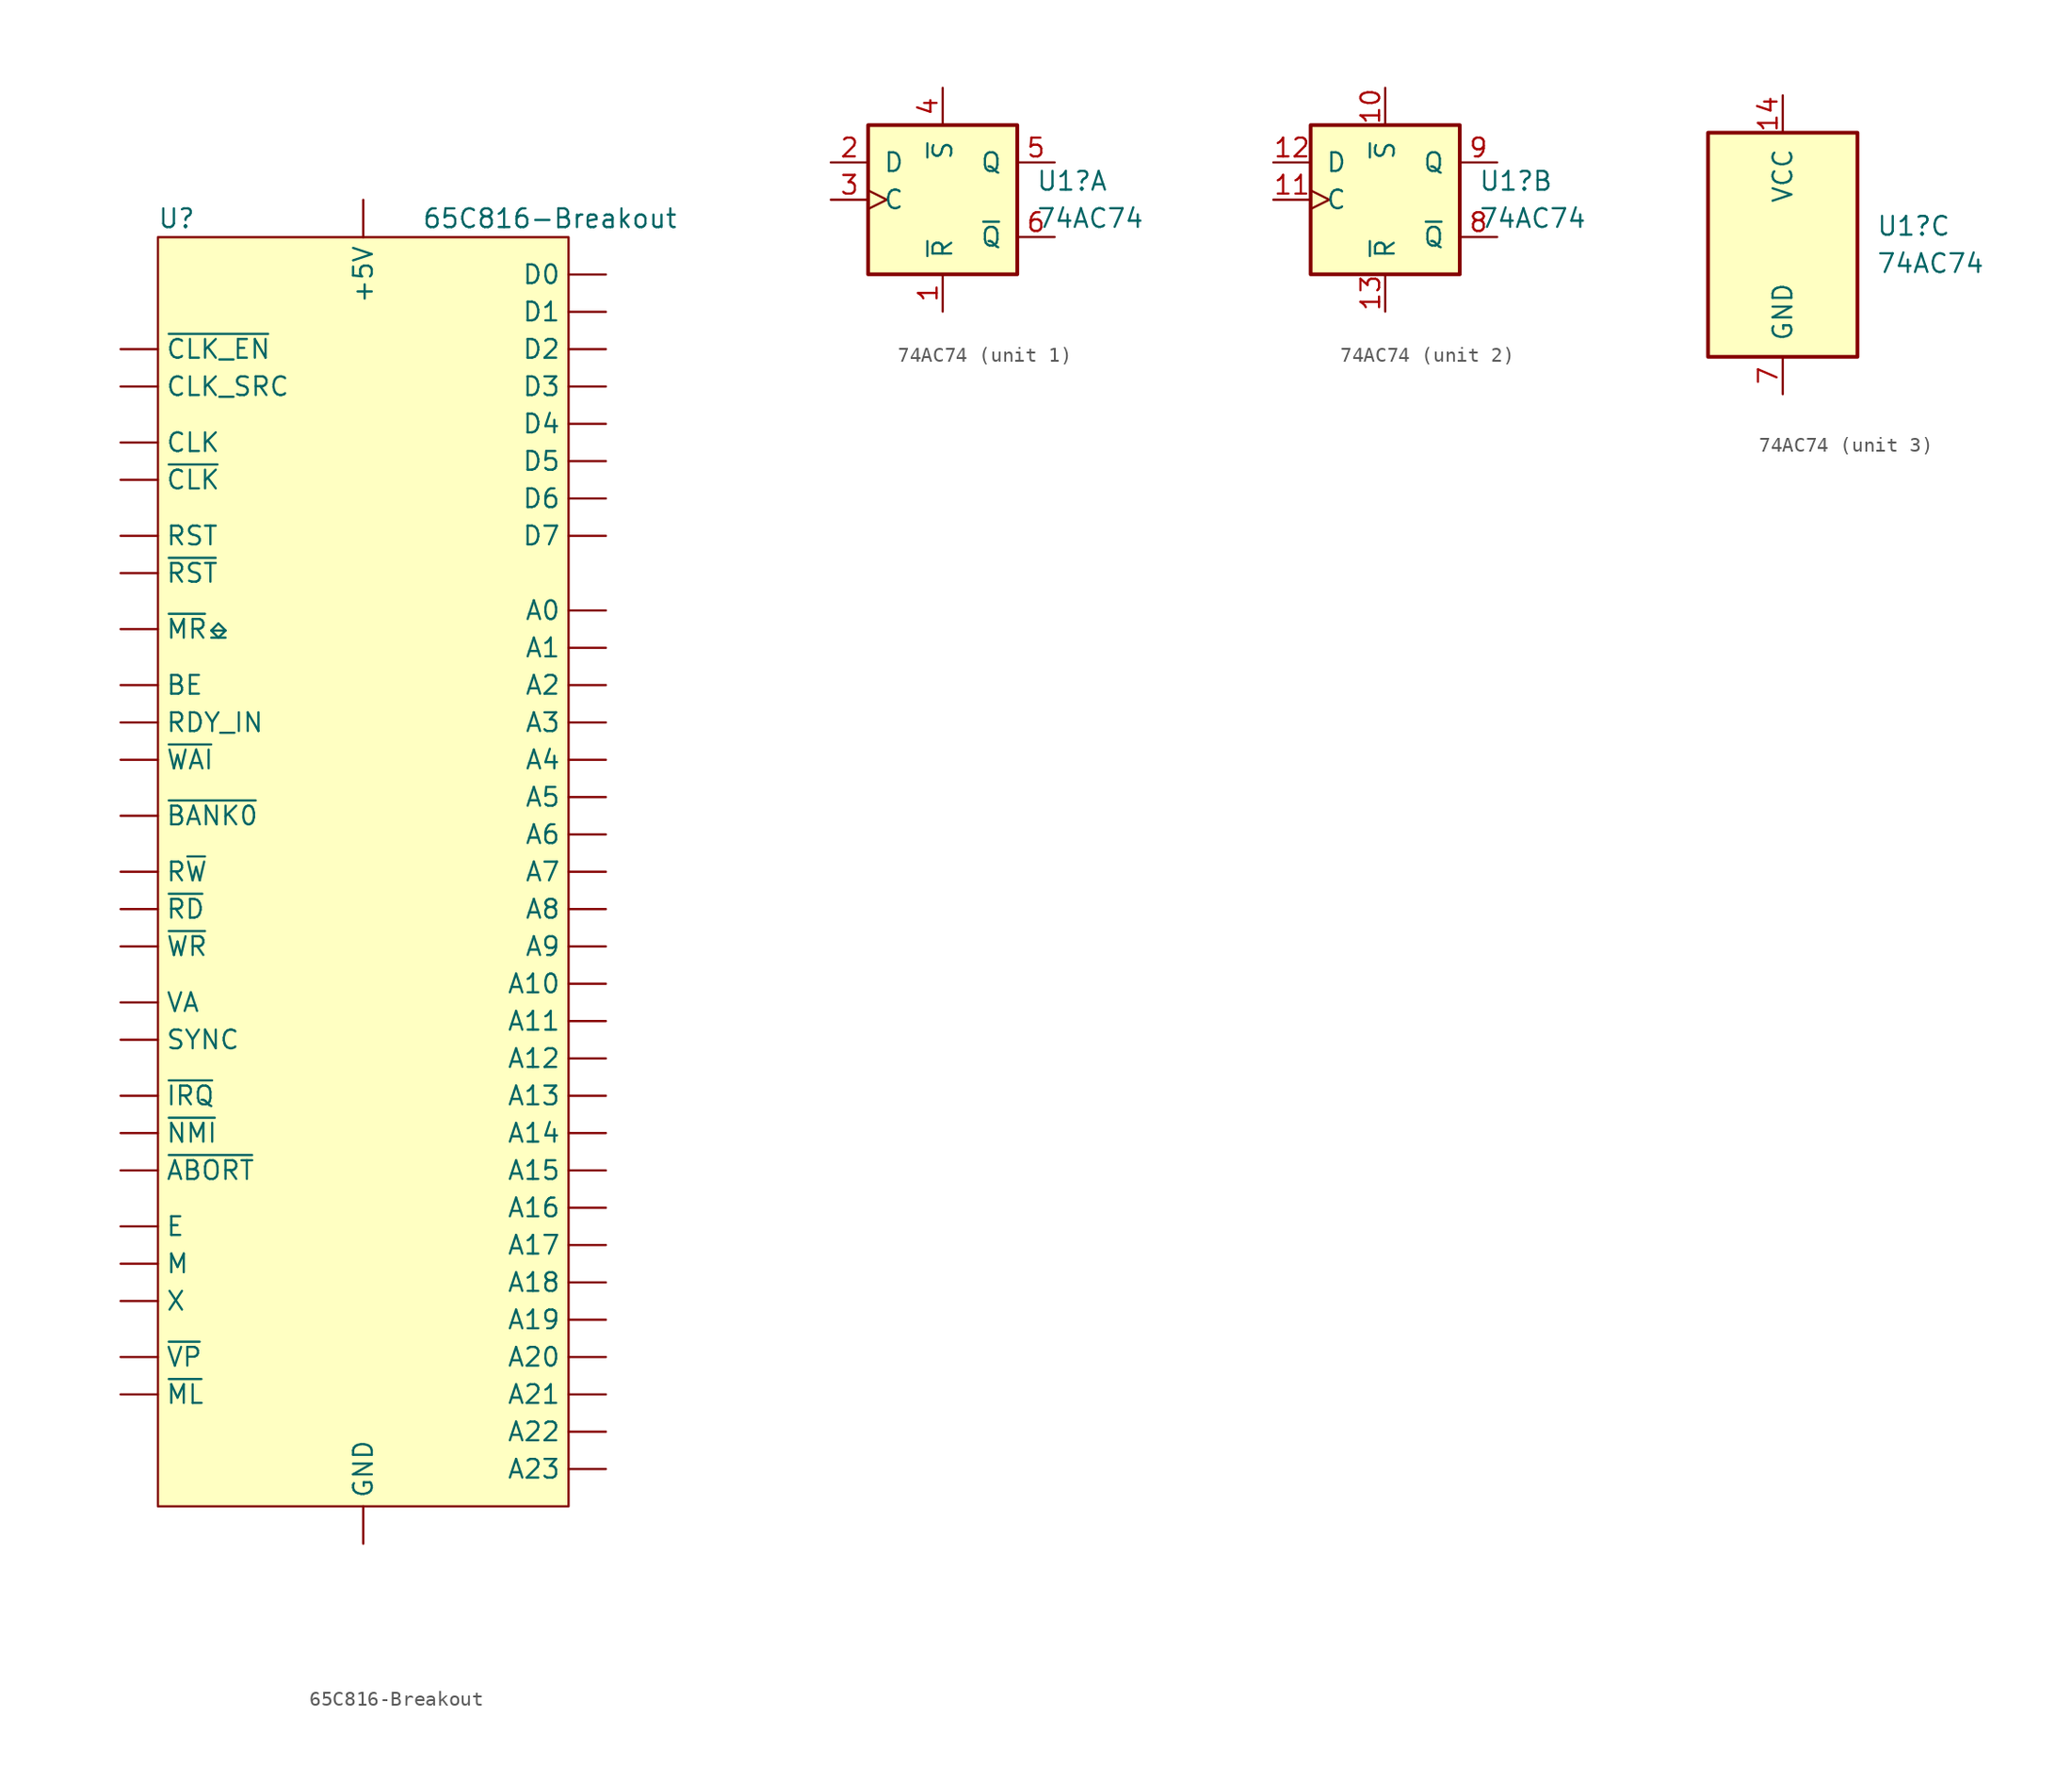
<source format=kicad_sym>
(kicad_symbol_lib
  (version 20241209)
  (generator "kicad_symbol_editor")
  (generator_version "9.0")
  (symbol "65C816-Breakout"
    (property "Reference" "U"
      (at -12.7 44.45 0)
      (effects (font (size 1.27 1.27))))
    (property "Value" "65C816-Breakout"
      (at 12.7 44.45 0)
      (effects (font (size 1.27 1.27))))
    (symbol "65C816-Breakout_0_1"
      (rectangle (start -13.97 43.18) (end 13.97 -43.18) (stroke (width 0) (type default)) (fill (type background))))
    (symbol "65C816-Breakout_1_1"
      (pin input line (at -16.51 35.56 0) (length 2.54) (name "~{CLK_EN}" (effects (font (size 1.27 1.27)))) (number "" (effects (font (size 1.27 1.27)))))
      (pin bidirectional line (at -16.51 33.02 0) (length 2.54) (name "CLK_SRC" (effects (font (size 1.27 1.27)))) (number "" (effects (font (size 1.27 1.27)))))
      (pin output line (at -16.51 29.21 0) (length 2.54) (name "CLK" (effects (font (size 1.27 1.27)))) (number "" (effects (font (size 1.27 1.27)))))
      (pin output line (at -16.51 26.67 0) (length 2.54) (name "~{CLK}" (effects (font (size 1.27 1.27)))) (number "" (effects (font (size 1.27 1.27)))))
      (pin output line (at -16.51 22.86 0) (length 2.54) (name "RST" (effects (font (size 1.27 1.27)))) (number "" (effects (font (size 1.27 1.27)))))
      (pin output line (at -16.51 20.32 0) (length 2.54) (name "~{RST}" (effects (font (size 1.27 1.27)))) (number "" (effects (font (size 1.27 1.27)))))
      (pin open_collector line (at -16.51 16.51 0) (length 2.54) (name "~{MR}⎒" (effects (font (size 1.27 1.27)))) (number "" (effects (font (size 1.27 1.27)))))
      (pin input line (at -16.51 12.7 0) (length 2.54) (name "BE" (effects (font (size 1.27 1.27)))) (number "" (effects (font (size 1.27 1.27)))))
      (pin input line (at -16.51 10.16 0) (length 2.54) (name "RDY_IN" (effects (font (size 1.27 1.27)))) (number "" (effects (font (size 1.27 1.27)))))
      (pin output line (at -16.51 7.62 0) (length 2.54) (name "~{WAI}" (effects (font (size 1.27 1.27)))) (number "" (effects (font (size 1.27 1.27)))))
      (pin output line (at -16.51 3.81 0) (length 2.54) (name "~{BANK0}" (effects (font (size 1.27 1.27)))) (number "" (effects (font (size 1.27 1.27)))))
      (pin bidirectional line (at -16.51 0 0) (length 2.54) (name "R~{W}" (effects (font (size 1.27 1.27)))) (number "" (effects (font (size 1.27 1.27)))))
      (pin tri_state line (at -16.51 -2.54 0) (length 2.54) (name "~{RD}" (effects (font (size 1.27 1.27)))) (number "" (effects (font (size 1.27 1.27)))))
      (pin tri_state line (at -16.51 -5.08 0) (length 2.54) (name "~{WR}" (effects (font (size 1.27 1.27)))) (number "" (effects (font (size 1.27 1.27)))))
      (pin tri_state line (at -16.51 -8.89 0) (length 2.54) (name "VA" (effects (font (size 1.27 1.27)))) (number "" (effects (font (size 1.27 1.27)))))
      (pin output line (at -16.51 -11.43 0) (length 2.54) (name "SYNC" (effects (font (size 1.27 1.27)))) (number "" (effects (font (size 1.27 1.27)))))
      (pin input line (at -16.51 -15.24 0) (length 2.54) (name "~{IRQ}" (effects (font (size 1.27 1.27)))) (number "" (effects (font (size 1.27 1.27)))))
      (pin input line (at -16.51 -17.78 0) (length 2.54) (name "~{NMI}" (effects (font (size 1.27 1.27)))) (number "" (effects (font (size 1.27 1.27)))))
      (pin input line (at -16.51 -20.32 0) (length 2.54) (name "~{ABORT}" (effects (font (size 1.27 1.27)))) (number "" (effects (font (size 1.27 1.27)))))
      (pin output line (at -16.51 -24.13 0) (length 2.54) (name "E" (effects (font (size 1.27 1.27)))) (number "" (effects (font (size 1.27 1.27)))))
      (pin output line (at -16.51 -26.67 0) (length 2.54) (name "M" (effects (font (size 1.27 1.27)))) (number "" (effects (font (size 1.27 1.27)))))
      (pin output line (at -16.51 -29.21 0) (length 2.54) (name "X" (effects (font (size 1.27 1.27)))) (number "" (effects (font (size 1.27 1.27)))))
      (pin output line (at -16.51 -33.02 0) (length 2.54) (name "~{VP}" (effects (font (size 1.27 1.27)))) (number "" (effects (font (size 1.27 1.27)))))
      (pin output line (at -16.51 -35.56 0) (length 2.54) (name "~{ML}" (effects (font (size 1.27 1.27)))) (number "" (effects (font (size 1.27 1.27)))))
      (pin power_out line (at 0 45.72 270) (length 2.54) (name "+5V" (effects (font (size 1.27 1.27)))) (number "" (effects (font (size 1.27 1.27)))))
      (pin power_out line (at 0 -45.72 90) (length 2.54) (name "GND" (effects (font (size 1.27 1.27)))) (number "" (effects (font (size 1.27 1.27)))))
      (pin bidirectional line (at 16.51 40.64 180) (length 2.54) (name "D0" (effects (font (size 1.27 1.27)))) (number "" (effects (font (size 1.27 1.27)))))
      (pin bidirectional line (at 16.51 38.1 180) (length 2.54) (name "D1" (effects (font (size 1.27 1.27)))) (number "" (effects (font (size 1.27 1.27)))))
      (pin bidirectional line (at 16.51 35.56 180) (length 2.54) (name "D2" (effects (font (size 1.27 1.27)))) (number "" (effects (font (size 1.27 1.27)))))
      (pin bidirectional line (at 16.51 33.02 180) (length 2.54) (name "D3" (effects (font (size 1.27 1.27)))) (number "" (effects (font (size 1.27 1.27)))))
      (pin bidirectional line (at 16.51 30.48 180) (length 2.54) (name "D4" (effects (font (size 1.27 1.27)))) (number "" (effects (font (size 1.27 1.27)))))
      (pin bidirectional line (at 16.51 27.94 180) (length 2.54) (name "D5" (effects (font (size 1.27 1.27)))) (number "" (effects (font (size 1.27 1.27)))))
      (pin bidirectional line (at 16.51 25.4 180) (length 2.54) (name "D6" (effects (font (size 1.27 1.27)))) (number "" (effects (font (size 1.27 1.27)))))
      (pin bidirectional line (at 16.51 22.86 180) (length 2.54) (name "D7" (effects (font (size 1.27 1.27)))) (number "" (effects (font (size 1.27 1.27)))))
      (pin tri_state line (at 16.51 17.78 180) (length 2.54) (name "A0" (effects (font (size 1.27 1.27)))) (number "" (effects (font (size 1.27 1.27)))))
      (pin tri_state line (at 16.51 15.24 180) (length 2.54) (name "A1" (effects (font (size 1.27 1.27)))) (number "" (effects (font (size 1.27 1.27)))))
      (pin tri_state line (at 16.51 12.7 180) (length 2.54) (name "A2" (effects (font (size 1.27 1.27)))) (number "" (effects (font (size 1.27 1.27)))))
      (pin tri_state line (at 16.51 10.16 180) (length 2.54) (name "A3" (effects (font (size 1.27 1.27)))) (number "" (effects (font (size 1.27 1.27)))))
      (pin tri_state line (at 16.51 7.62 180) (length 2.54) (name "A4" (effects (font (size 1.27 1.27)))) (number "" (effects (font (size 1.27 1.27)))))
      (pin tri_state line (at 16.51 5.08 180) (length 2.54) (name "A5" (effects (font (size 1.27 1.27)))) (number "" (effects (font (size 1.27 1.27)))))
      (pin tri_state line (at 16.51 2.54 180) (length 2.54) (name "A6" (effects (font (size 1.27 1.27)))) (number "" (effects (font (size 1.27 1.27)))))
      (pin tri_state line (at 16.51 0 180) (length 2.54) (name "A7" (effects (font (size 1.27 1.27)))) (number "" (effects (font (size 1.27 1.27)))))
      (pin tri_state line (at 16.51 -2.54 180) (length 2.54) (name "A8" (effects (font (size 1.27 1.27)))) (number "" (effects (font (size 1.27 1.27)))))
      (pin tri_state line (at 16.51 -5.08 180) (length 2.54) (name "A9" (effects (font (size 1.27 1.27)))) (number "" (effects (font (size 1.27 1.27)))))
      (pin tri_state line (at 16.51 -7.62 180) (length 2.54) (name "A10" (effects (font (size 1.27 1.27)))) (number "" (effects (font (size 1.27 1.27)))))
      (pin tri_state line (at 16.51 -10.16 180) (length 2.54) (name "A11" (effects (font (size 1.27 1.27)))) (number "" (effects (font (size 1.27 1.27)))))
      (pin tri_state line (at 16.51 -12.7 180) (length 2.54) (name "A12" (effects (font (size 1.27 1.27)))) (number "" (effects (font (size 1.27 1.27)))))
      (pin tri_state line (at 16.51 -15.24 180) (length 2.54) (name "A13" (effects (font (size 1.27 1.27)))) (number "" (effects (font (size 1.27 1.27)))))
      (pin tri_state line (at 16.51 -17.78 180) (length 2.54) (name "A14" (effects (font (size 1.27 1.27)))) (number "" (effects (font (size 1.27 1.27)))))
      (pin tri_state line (at 16.51 -20.32 180) (length 2.54) (name "A15" (effects (font (size 1.27 1.27)))) (number "" (effects (font (size 1.27 1.27)))))
      (pin bidirectional line (at 16.51 -22.86 180) (length 2.54) (name "A16" (effects (font (size 1.27 1.27)))) (number "" (effects (font (size 1.27 1.27)))))
      (pin bidirectional line (at 16.51 -25.4 180) (length 2.54) (name "A17" (effects (font (size 1.27 1.27)))) (number "" (effects (font (size 1.27 1.27)))))
      (pin bidirectional line (at 16.51 -27.94 180) (length 2.54) (name "A18" (effects (font (size 1.27 1.27)))) (number "" (effects (font (size 1.27 1.27)))))
      (pin bidirectional line (at 16.51 -30.48 180) (length 2.54) (name "A19" (effects (font (size 1.27 1.27)))) (number "" (effects (font (size 1.27 1.27)))))
      (pin bidirectional line (at 16.51 -33.02 180) (length 2.54) (name "A20" (effects (font (size 1.27 1.27)))) (number "" (effects (font (size 1.27 1.27)))))
      (pin bidirectional line (at 16.51 -35.56 180) (length 2.54) (name "A21" (effects (font (size 1.27 1.27)))) (number "" (effects (font (size 1.27 1.27)))))
      (pin bidirectional line (at 16.51 -38.1 180) (length 2.54) (name "A22" (effects (font (size 1.27 1.27)))) (number "" (effects (font (size 1.27 1.27)))))
      (pin bidirectional line (at 16.51 -40.64 180) (length 2.54) (name "A23" (effects (font (size 1.27 1.27)))) (number "" (effects (font (size 1.27 1.27)))))))
  (symbol "74AC74"
    (pin_names
      (offset 1.016))
    (property "Reference" "U1"
      (at 6.35 1.27 0)
      (effects (font (size 1.27 1.27)) (justify left)))
    (property "Value" "74AC74"
      (at 6.35 -1.27 0)
      (effects (font (size 1.27 1.27)) (justify left)))
    (property "ki_locked" ""
      (at 0 0 0)
      (effects (font (size 1.27 1.27))))
    (symbol "74AC74_1_0"
      (pin input line (at -7.62 2.54 0) (length 2.54) (name "D" (effects (font (size 1.27 1.27)))) (number "2" (effects (font (size 1.27 1.27)))))
      (pin input clock (at -7.62 0 0) (length 2.54) (name "C" (effects (font (size 1.27 1.27)))) (number "3" (effects (font (size 1.27 1.27)))))
      (pin input line (at 0 7.62 270) (length 2.54) (name "~{S}" (effects (font (size 1.27 1.27)))) (number "4" (effects (font (size 1.27 1.27)))))
      (pin input line (at 0 -7.62 90) (length 2.54) (name "~{R}" (effects (font (size 1.27 1.27)))) (number "1" (effects (font (size 1.27 1.27)))))
      (pin output line (at 7.62 2.54 180) (length 2.54) (name "Q" (effects (font (size 1.27 1.27)))) (number "5" (effects (font (size 1.27 1.27)))))
      (pin output line (at 7.62 -2.54 180) (length 2.54) (name "~{Q}" (effects (font (size 1.27 1.27)))) (number "6" (effects (font (size 1.27 1.27))))))
    (symbol "74AC74_1_1"
      (rectangle (start -5.08 5.08) (end 5.08 -5.08) (stroke (width 0.254) (type default)) (fill (type background))))
    (symbol "74AC74_2_0"
      (pin input line (at -7.62 2.54 0) (length 2.54) (name "D" (effects (font (size 1.27 1.27)))) (number "12" (effects (font (size 1.27 1.27)))))
      (pin input clock (at -7.62 0 0) (length 2.54) (name "C" (effects (font (size 1.27 1.27)))) (number "11" (effects (font (size 1.27 1.27)))))
      (pin input line (at 0 7.62 270) (length 2.54) (name "~{S}" (effects (font (size 1.27 1.27)))) (number "10" (effects (font (size 1.27 1.27)))))
      (pin input line (at 0 -7.62 90) (length 2.54) (name "~{R}" (effects (font (size 1.27 1.27)))) (number "13" (effects (font (size 1.27 1.27)))))
      (pin output line (at 7.62 2.54 180) (length 2.54) (name "Q" (effects (font (size 1.27 1.27)))) (number "9" (effects (font (size 1.27 1.27)))))
      (pin output line (at 7.62 -2.54 180) (length 2.54) (name "~{Q}" (effects (font (size 1.27 1.27)))) (number "8" (effects (font (size 1.27 1.27))))))
    (symbol "74AC74_2_1"
      (rectangle (start -5.08 5.08) (end 5.08 -5.08) (stroke (width 0.254) (type default)) (fill (type background))))
    (symbol "74AC74_3_0"
      (pin power_in line (at 0 10.16 270) (length 2.54) (name "VCC" (effects (font (size 1.27 1.27)))) (number "14" (effects (font (size 1.27 1.27)))))
      (pin power_in line (at 0 -10.16 90) (length 2.54) (name "GND" (effects (font (size 1.27 1.27)))) (number "7" (effects (font (size 1.27 1.27))))))
    (symbol "74AC74_3_1"
      (rectangle (start -5.08 7.62) (end 5.08 -7.62) (stroke (width 0.254) (type default)) (fill (type background))))))
</source>
